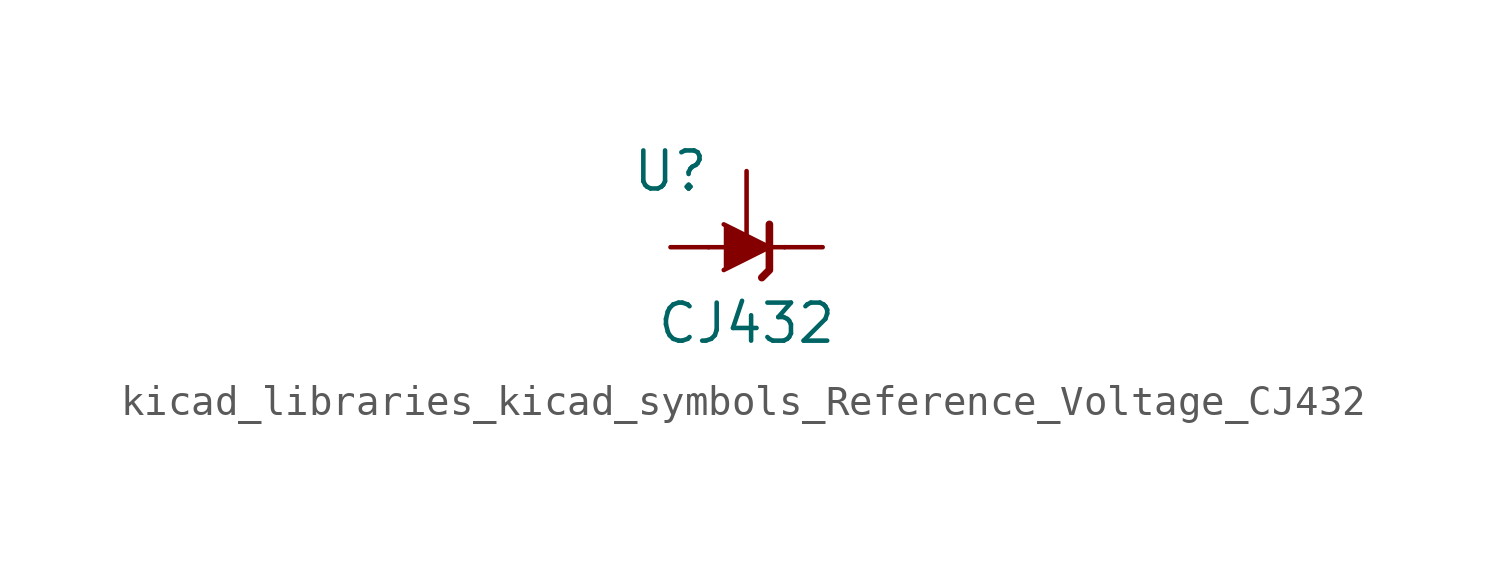
<source format=kicad_sym>
(kicad_symbol_lib
  (version 20220914)
  (generator kicad_symbol_editor)
  (symbol "kicad_libraries_kicad_symbols_Reference_Voltage_CJ432"
    (pin_numbers hide)
    (pin_names hide)
    (property "Reference" "U"
      (at -2.54 2.54 0)
      (effects (font (size 1.27 1.27))))
    (property "Value" "CJ432"
      (at 0 -2.54 0)
      (effects (font (size 1.27 1.27))))
    (symbol "kicad_libraries_kicad_symbols_Reference_Voltage_CJ432_0_1"
      (polyline (pts (xy -1.27 0) (xy 0 0) (xy 1.27 0)) (stroke (width 0) (type default)) (fill (type none)))
      (polyline (pts (xy -0.762 0.762) (xy 0.762 0) (xy -0.762 -0.762)) (stroke (width 0) (type default)) (fill (type outline)))
      (polyline (pts (xy 0.508 -1.016) (xy 0.762 -0.762) (xy 0.762 0.762) (xy 0.762 0.762)) (stroke (width 0.254) (type default)) (fill (type none))))
    (symbol "kicad_libraries_kicad_symbols_Reference_Voltage_CJ432_1_1"
      (pin passive line (at 0 2.54 270) (length 2.54) (name "REF" (effects (font (size 1.27 1.27)))) (number "1" (effects (font (size 1.27 1.27)))))
      (pin passive line (at 2.54 0 180) (length 1.27) (name "K" (effects (font (size 1.27 1.27)))) (number "2" (effects (font (size 1.27 1.27)))))
      (pin passive line (at -2.54 0 0) (length 1.27) (name "A" (effects (font (size 1.27 1.27)))) (number "3" (effects (font (size 1.27 1.27))))))))
</source>
